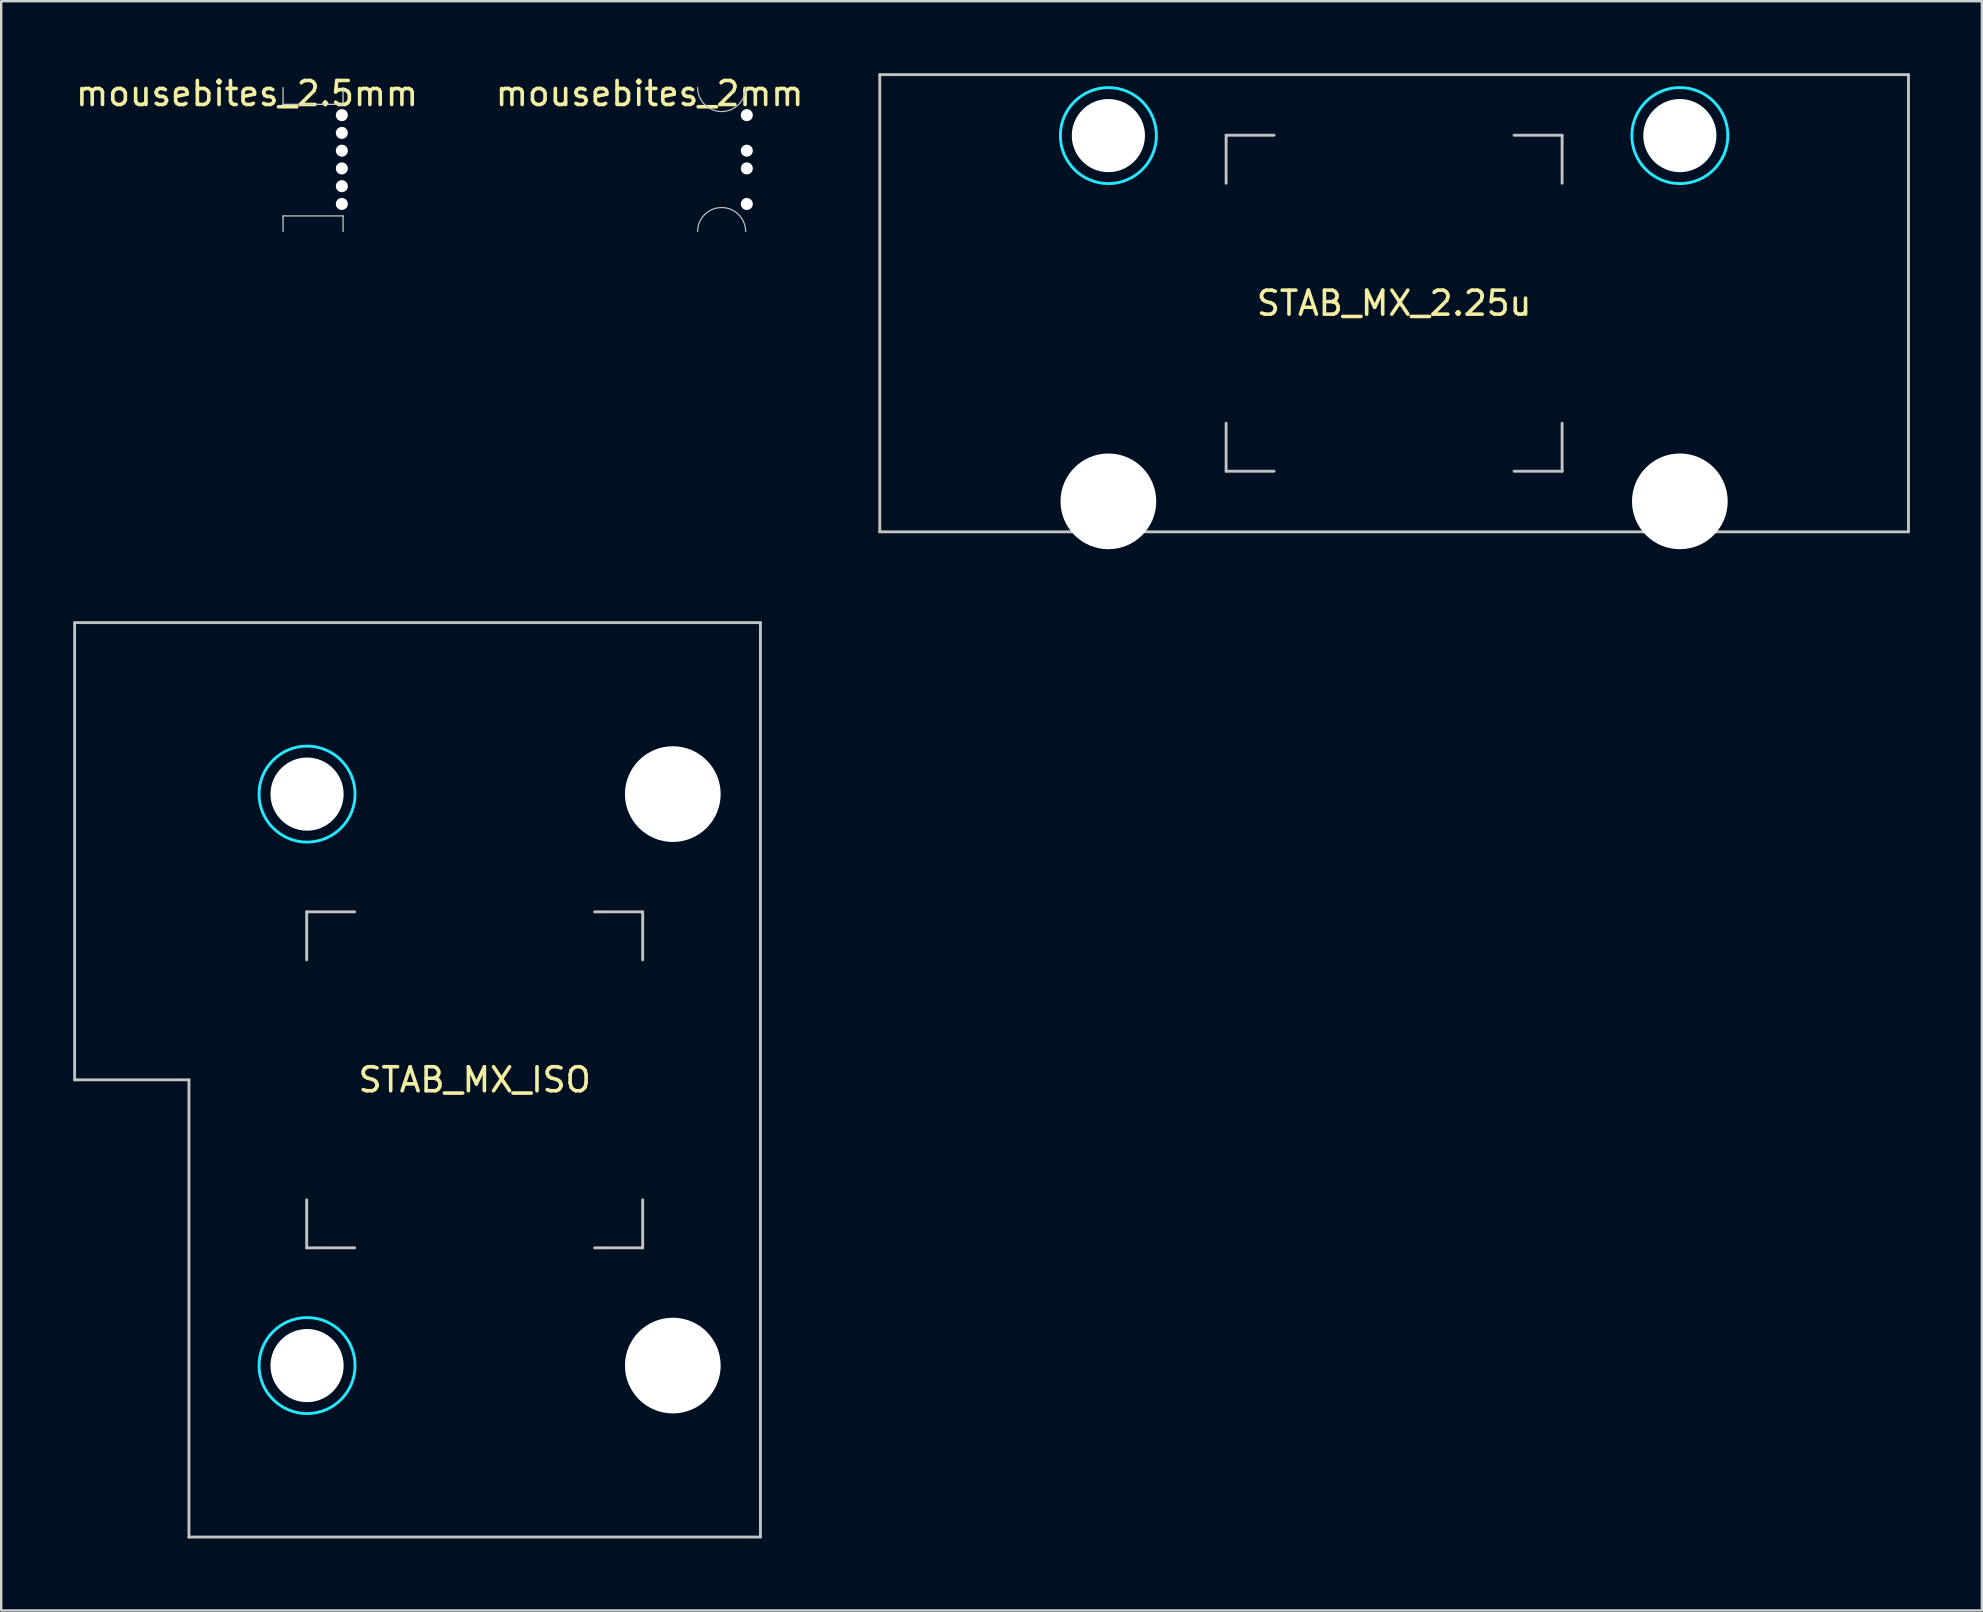
<source format=kicad_pcb>
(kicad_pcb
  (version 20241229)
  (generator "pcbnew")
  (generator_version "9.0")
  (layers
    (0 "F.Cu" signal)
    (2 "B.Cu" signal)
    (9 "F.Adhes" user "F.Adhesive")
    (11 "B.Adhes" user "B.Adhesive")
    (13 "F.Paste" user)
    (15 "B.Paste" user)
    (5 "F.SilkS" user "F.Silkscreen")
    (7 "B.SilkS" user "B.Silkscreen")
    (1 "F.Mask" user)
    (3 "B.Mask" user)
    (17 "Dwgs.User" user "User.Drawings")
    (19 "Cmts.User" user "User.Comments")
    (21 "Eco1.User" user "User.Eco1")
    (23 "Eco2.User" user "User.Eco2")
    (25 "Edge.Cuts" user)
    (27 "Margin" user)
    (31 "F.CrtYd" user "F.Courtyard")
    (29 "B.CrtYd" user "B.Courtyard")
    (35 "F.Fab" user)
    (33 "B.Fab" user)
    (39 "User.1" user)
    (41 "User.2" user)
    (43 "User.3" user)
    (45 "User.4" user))
  (footprint "mousebites_2.5mm"
    (layer "F.Cu")
    (at 11.244 3.598)
    (property "Reference" "mousebites_2.5mm" (at -4 -2.75 0) (layer "F.SilkS") (effects (font (size 1 1) (thickness 0.15))))
    (attr exclude_from_pos_files exclude_from_bom)
    (fp_line (start -2.5 -2.3) (end -2.5 -3) (stroke (width 0.05) (type default)) (layer "Edge.Cuts"))
    (fp_line (start -2.5 2.35) (end -2.5 3) (stroke (width 0.05) (type default)) (layer "Edge.Cuts"))
    (fp_line (start 0 -3) (end 0 -2.3) (stroke (width 0.05) (type default)) (layer "Edge.Cuts"))
    (fp_line (start 0 -2.3) (end -2.5 -2.3) (stroke (width 0.05) (type default)) (layer "Edge.Cuts"))
    (fp_line (start 0 2.35) (end -2.5 2.35) (stroke (width 0.05) (type default)) (layer "Edge.Cuts"))
    (fp_line (start 0 3) (end 0 2.35) (stroke (width 0.05) (type default)) (layer "Edge.Cuts"))
    (pad "" np_thru_hole circle (at -0.05 -1.85) (size 0.5 0.5) (drill 0.5) (layers "*.Cu" "*.Mask"))
    (pad "" np_thru_hole circle (at -0.05 -1.11) (size 0.5 0.5) (drill 0.5) (layers "*.Cu" "*.Mask"))
    (pad "" np_thru_hole circle (at -0.05 -0.37) (size 0.5 0.5) (drill 0.5) (layers "*.Cu" "*.Mask"))
    (pad "" np_thru_hole circle (at -0.05 0.37) (size 0.5 0.5) (drill 0.5) (layers "*.Cu" "*.Mask"))
    (pad "" np_thru_hole circle (at -0.05 1.11) (size 0.5 0.5) (drill 0.5) (layers "*.Cu" "*.Mask"))
    (pad "" np_thru_hole circle (at -0.05 1.85) (size 0.5 0.5) (drill 0.5) (layers "*.Cu" "*.Mask")))
  (footprint "STAB_MX_2.25u"
    (layer "F.Cu")
    (at 55.039 9.585)
    (property "Reference" "STAB_MX_2.25u" (at 0 0 0) (layer "F.SilkS") (effects (font (size 1 1) (thickness 0.15))))
    (attr through_hole exclude_from_pos_files exclude_from_bom)
    (fp_line (start -21.431 -9.525) (end -21.431 9.525) (stroke (width 0.12) (type solid)) (layer "Dwgs.User"))
    (fp_line (start -21.431 -9.525) (end 21.431 -9.525) (stroke (width 0.12) (type solid)) (layer "Dwgs.User"))
    (fp_line (start -21.431 9.525) (end 21.431 9.525) (stroke (width 0.12) (type solid)) (layer "Dwgs.User"))
    (fp_line (start -7 -7) (end -5 -7) (stroke (width 0.12) (type solid)) (layer "Dwgs.User"))
    (fp_line (start -7 -5) (end -7 -7) (stroke (width 0.12) (type solid)) (layer "Dwgs.User"))
    (fp_line (start -7 7) (end -7 5) (stroke (width 0.12) (type solid)) (layer "Dwgs.User"))
    (fp_line (start -5 7) (end -7 7) (stroke (width 0.12) (type solid)) (layer "Dwgs.User"))
    (fp_line (start 5 -7) (end 7 -7) (stroke (width 0.12) (type solid)) (layer "Dwgs.User"))
    (fp_line (start 5 7) (end 7 7) (stroke (width 0.12) (type solid)) (layer "Dwgs.User"))
    (fp_line (start 7 -7) (end 7 -5) (stroke (width 0.12) (type solid)) (layer "Dwgs.User"))
    (fp_line (start 7 7) (end 7 5) (stroke (width 0.12) (type solid)) (layer "Dwgs.User"))
    (fp_line (start 21.431 -9.525) (end 21.431 9.525) (stroke (width 0.12) (type solid)) (layer "Dwgs.User"))
    (fp_line (start -15.281 -5.5) (end -15.281 7.5) (stroke (width 0.05) (type solid)) (layer "Eco2.User"))
    (fp_line (start -14.781 -6) (end -9.031 -6) (stroke (width 0.05) (type solid)) (layer "Eco2.User"))
    (fp_line (start -14.781 8) (end -9.031 8) (stroke (width 0.05) (type solid)) (layer "Eco2.User"))
    (fp_line (start -8.531 -5.5) (end -8.531 7.5) (stroke (width 0.05) (type solid)) (layer "Eco2.User"))
    (fp_line (start 8.531 -5.5) (end 8.531 7.5) (stroke (width 0.05) (type solid)) (layer "Eco2.User"))
    (fp_line (start 9.031 -6) (end 14.78 -6) (stroke (width 0.05) (type solid)) (layer "Eco2.User"))
    (fp_line (start 9.031 8) (end 14.781 8) (stroke (width 0.05) (type solid)) (layer "Eco2.User"))
    (fp_line (start 15.28 -5.5) (end 15.281 7.5) (stroke (width 0.05) (type solid)) (layer "Eco2.User"))
    (fp_arc (start -15.28125 -5.499999) (mid -15.134803 -5.853552) (end -14.78125 -5.999999) (stroke (width 0.05) (type solid)) (layer "Eco2.User"))
    (fp_arc (start -14.78125 8.000001) (mid -15.134803 7.853554) (end -15.28125 7.500001) (stroke (width 0.05) (type solid)) (layer "Eco2.User"))
    (fp_arc (start -9.03125 -5.999999) (mid -8.677697 -5.853552) (end -8.53125 -5.499999) (stroke (width 0.05) (type solid)) (layer "Eco2.User"))
    (fp_arc (start -8.53125 7.500001) (mid -8.677697 7.853554) (end -9.03125 8.000001) (stroke (width 0.05) (type solid)) (layer "Eco2.User"))
    (fp_arc (start 8.53125 -5.499999) (mid 8.677697 -5.853552) (end 9.03125 -5.999999) (stroke (width 0.05) (type solid)) (layer "Eco2.User"))
    (fp_arc (start 9.03125 8.000001) (mid 8.677697 7.853554) (end 8.53125 7.500001) (stroke (width 0.05) (type solid)) (layer "Eco2.User"))
    (fp_arc (start 14.780039 -5.999999) (mid 15.133592 -5.853552) (end 15.280039 -5.499999) (stroke (width 0.05) (type solid)) (layer "Eco2.User"))
    (fp_arc (start 15.28125 7.500001) (mid 15.134803 7.853554) (end 14.78125 8.000001) (stroke (width 0.05) (type solid)) (layer "Eco2.User"))
    (fp_circle (center -11.906 -6.985) (end -9.906 -6.985) (stroke (width 0.12) (type solid)) (fill no) (layer "B.CrtYd"))
    (fp_circle (center 11.906 -6.985) (end 13.906 -6.985) (stroke (width 0.12) (type solid)) (fill no) (layer "B.CrtYd"))
    (pad "" np_thru_hole circle (at -11.906 -6.985) (size 3.048 3.048) (drill 3.048) (layers "*.Cu" "*.Mask"))
    (pad "" np_thru_hole circle (at -11.906 8.255) (size 3.988 3.988) (drill 3.988) (layers "*.Cu" "*.Mask"))
    (pad "" np_thru_hole circle (at 11.906 -6.985) (size 3.048 3.048) (drill 3.048) (layers "*.Cu" "*.Mask"))
    (pad "" np_thru_hole circle (at 11.906 8.255) (size 3.988 3.988) (drill 3.988) (layers "*.Cu" "*.Mask")))
  (footprint "mousebites_2mm"
    (layer "F.Cu")
    (at 28.018 3.598)
    (property "Reference" "mousebites_2mm" (at -4 -2.75 0) (layer "F.SilkS") (effects (font (size 1 1) (thickness 0.15))))
    (attr exclude_from_pos_files exclude_from_bom)
    (fp_arc (start -2 3) (mid -1 2) (end 0 3) (stroke (width 0.05) (type solid)) (layer "Dwgs.User"))
    (fp_arc (start 0 -3) (mid -1 -2) (end -2 -3) (stroke (width 0.05) (type solid)) (layer "Dwgs.User"))
    (pad "" np_thru_hole circle (at 0.05 -1.85) (size 0.5 0.5) (drill 0.5) (layers "*.Cu" "*.Mask"))
    (pad "" np_thru_hole circle (at 0.05 -0.37) (size 0.5 0.5) (drill 0.5) (layers "*.Cu" "*.Mask"))
    (pad "" np_thru_hole circle (at 0.05 0.37) (size 0.5 0.5) (drill 0.5) (layers "*.Cu" "*.Mask"))
    (pad "" np_thru_hole circle (at 0.05 1.85) (size 0.5 0.5) (drill 0.5) (layers "*.Cu" "*.Mask")))
  (footprint "STAB_MX_ISO"
    (layer "F.Cu")
    (at 16.729 41.944)
    (property "Reference" "STAB_MX_ISO" (at 0 0 180) (layer "F.SilkS") (effects (font (size 1 1) (thickness 0.15))))
    (attr through_hole exclude_from_pos_files exclude_from_bom)
    (fp_line (start -16.669 -19.05) (end -16.669 0) (stroke (width 0.12) (type solid)) (layer "Dwgs.User"))
    (fp_line (start -16.669 0) (end -11.906 0) (stroke (width 0.12) (type solid)) (layer "Dwgs.User"))
    (fp_line (start -11.906 0) (end -11.906 19.05) (stroke (width 0.12) (type solid)) (layer "Dwgs.User"))
    (fp_line (start -11.906 19.05) (end 11.906 19.05) (stroke (width 0.12) (type solid)) (layer "Dwgs.User"))
    (fp_line (start -7 -7) (end -5 -7) (stroke (width 0.12) (type solid)) (layer "Dwgs.User"))
    (fp_line (start -7 -5) (end -7 -7) (stroke (width 0.12) (type solid)) (layer "Dwgs.User"))
    (fp_line (start -7 7) (end -7 5) (stroke (width 0.12) (type solid)) (layer "Dwgs.User"))
    (fp_line (start -5 7) (end -7 7) (stroke (width 0.12) (type solid)) (layer "Dwgs.User"))
    (fp_line (start 7 -7) (end 5 -7) (stroke (width 0.12) (type solid)) (layer "Dwgs.User"))
    (fp_line (start 7 -5) (end 7 -7) (stroke (width 0.12) (type solid)) (layer "Dwgs.User"))
    (fp_line (start 7 5) (end 7 7) (stroke (width 0.12) (type solid)) (layer "Dwgs.User"))
    (fp_line (start 7 7) (end 5 7) (stroke (width 0.12) (type solid)) (layer "Dwgs.User"))
    (fp_line (start 11.906 -19.05) (end -16.669 -19.05) (stroke (width 0.12) (type solid)) (layer "Dwgs.User"))
    (fp_line (start 11.906 19.05) (end 11.906 -19.05) (stroke (width 0.12) (type solid)) (layer "Dwgs.User"))
    (fp_line (start -6 -9.031) (end -6 -14.78) (stroke (width 0.05) (type solid)) (layer "Eco2.User"))
    (fp_line (start -6 14.781) (end -6 9.031) (stroke (width 0.05) (type solid)) (layer "Eco2.User"))
    (fp_line (start -5.5 -15.28) (end 7.5 -15.281) (stroke (width 0.05) (type solid)) (layer "Eco2.User"))
    (fp_line (start -5.5 -8.531) (end 7.5 -8.531) (stroke (width 0.05) (type solid)) (layer "Eco2.User"))
    (fp_line (start -5.5 8.531) (end 7.5 8.531) (stroke (width 0.05) (type solid)) (layer "Eco2.User"))
    (fp_line (start -5.5 15.281) (end 7.5 15.281) (stroke (width 0.05) (type solid)) (layer "Eco2.User"))
    (fp_line (start 8 -9.031) (end 8 -14.781) (stroke (width 0.05) (type solid)) (layer "Eco2.User"))
    (fp_line (start 8 14.781) (end 8 9.031) (stroke (width 0.05) (type solid)) (layer "Eco2.User"))
    (fp_arc (start -5.999999 -14.780039) (mid -5.853552 -15.133592) (end -5.499999 -15.280039) (stroke (width 0.05) (type solid)) (layer "Eco2.User"))
    (fp_arc (start -5.999999 9.03125) (mid -5.853552 8.677697) (end -5.499999 8.53125) (stroke (width 0.05) (type solid)) (layer "Eco2.User"))
    (fp_arc (start -5.499999 -8.53125) (mid -5.853552 -8.677697) (end -5.999999 -9.03125) (stroke (width 0.05) (type solid)) (layer "Eco2.User"))
    (fp_arc (start -5.499999 15.28125) (mid -5.853552 15.134803) (end -5.999999 14.78125) (stroke (width 0.05) (type solid)) (layer "Eco2.User"))
    (fp_arc (start 7.500001 -15.28125) (mid 7.853554 -15.134803) (end 8.000001 -14.78125) (stroke (width 0.05) (type solid)) (layer "Eco2.User"))
    (fp_arc (start 7.500001 8.53125) (mid 7.853554 8.677697) (end 8.000001 9.03125) (stroke (width 0.05) (type solid)) (layer "Eco2.User"))
    (fp_arc (start 8.000001 -9.03125) (mid 7.853554 -8.677697) (end 7.500001 -8.53125) (stroke (width 0.05) (type solid)) (layer "Eco2.User"))
    (fp_arc (start 8.000001 14.78125) (mid 7.853554 15.134803) (end 7.500001 15.28125) (stroke (width 0.05) (type solid)) (layer "Eco2.User"))
    (fp_circle (center -6.985 -11.906) (end -4.985 -11.906) (stroke (width 0.12) (type solid)) (fill no) (layer "B.CrtYd"))
    (fp_circle (center -6.985 11.906) (end -4.985 11.906) (stroke (width 0.12) (type solid)) (fill no) (layer "B.CrtYd"))
    (pad "" np_thru_hole circle (at -6.985 -11.906 90) (size 3.048 3.048) (drill 3.048) (layers "*.Cu" "*.Mask"))
    (pad "" np_thru_hole circle (at -6.985 11.906 90) (size 3.048 3.048) (drill 3.048) (layers "*.Cu" "*.Mask"))
    (pad "" np_thru_hole circle (at 8.255 -11.906 90) (size 3.988 3.988) (drill 3.988) (layers "*.Cu" "*.Mask"))
    (pad "" np_thru_hole circle (at 8.255 11.906 90) (size 3.988 3.988) (drill 3.988) (layers "*.Cu" "*.Mask")))
  (gr_rect
    (start -3 -3)
    (end 79.53 64.054)
    (stroke (width 0.1) (type default))
    (fill no)
    (layer "Edge.Cuts")))
</source>
